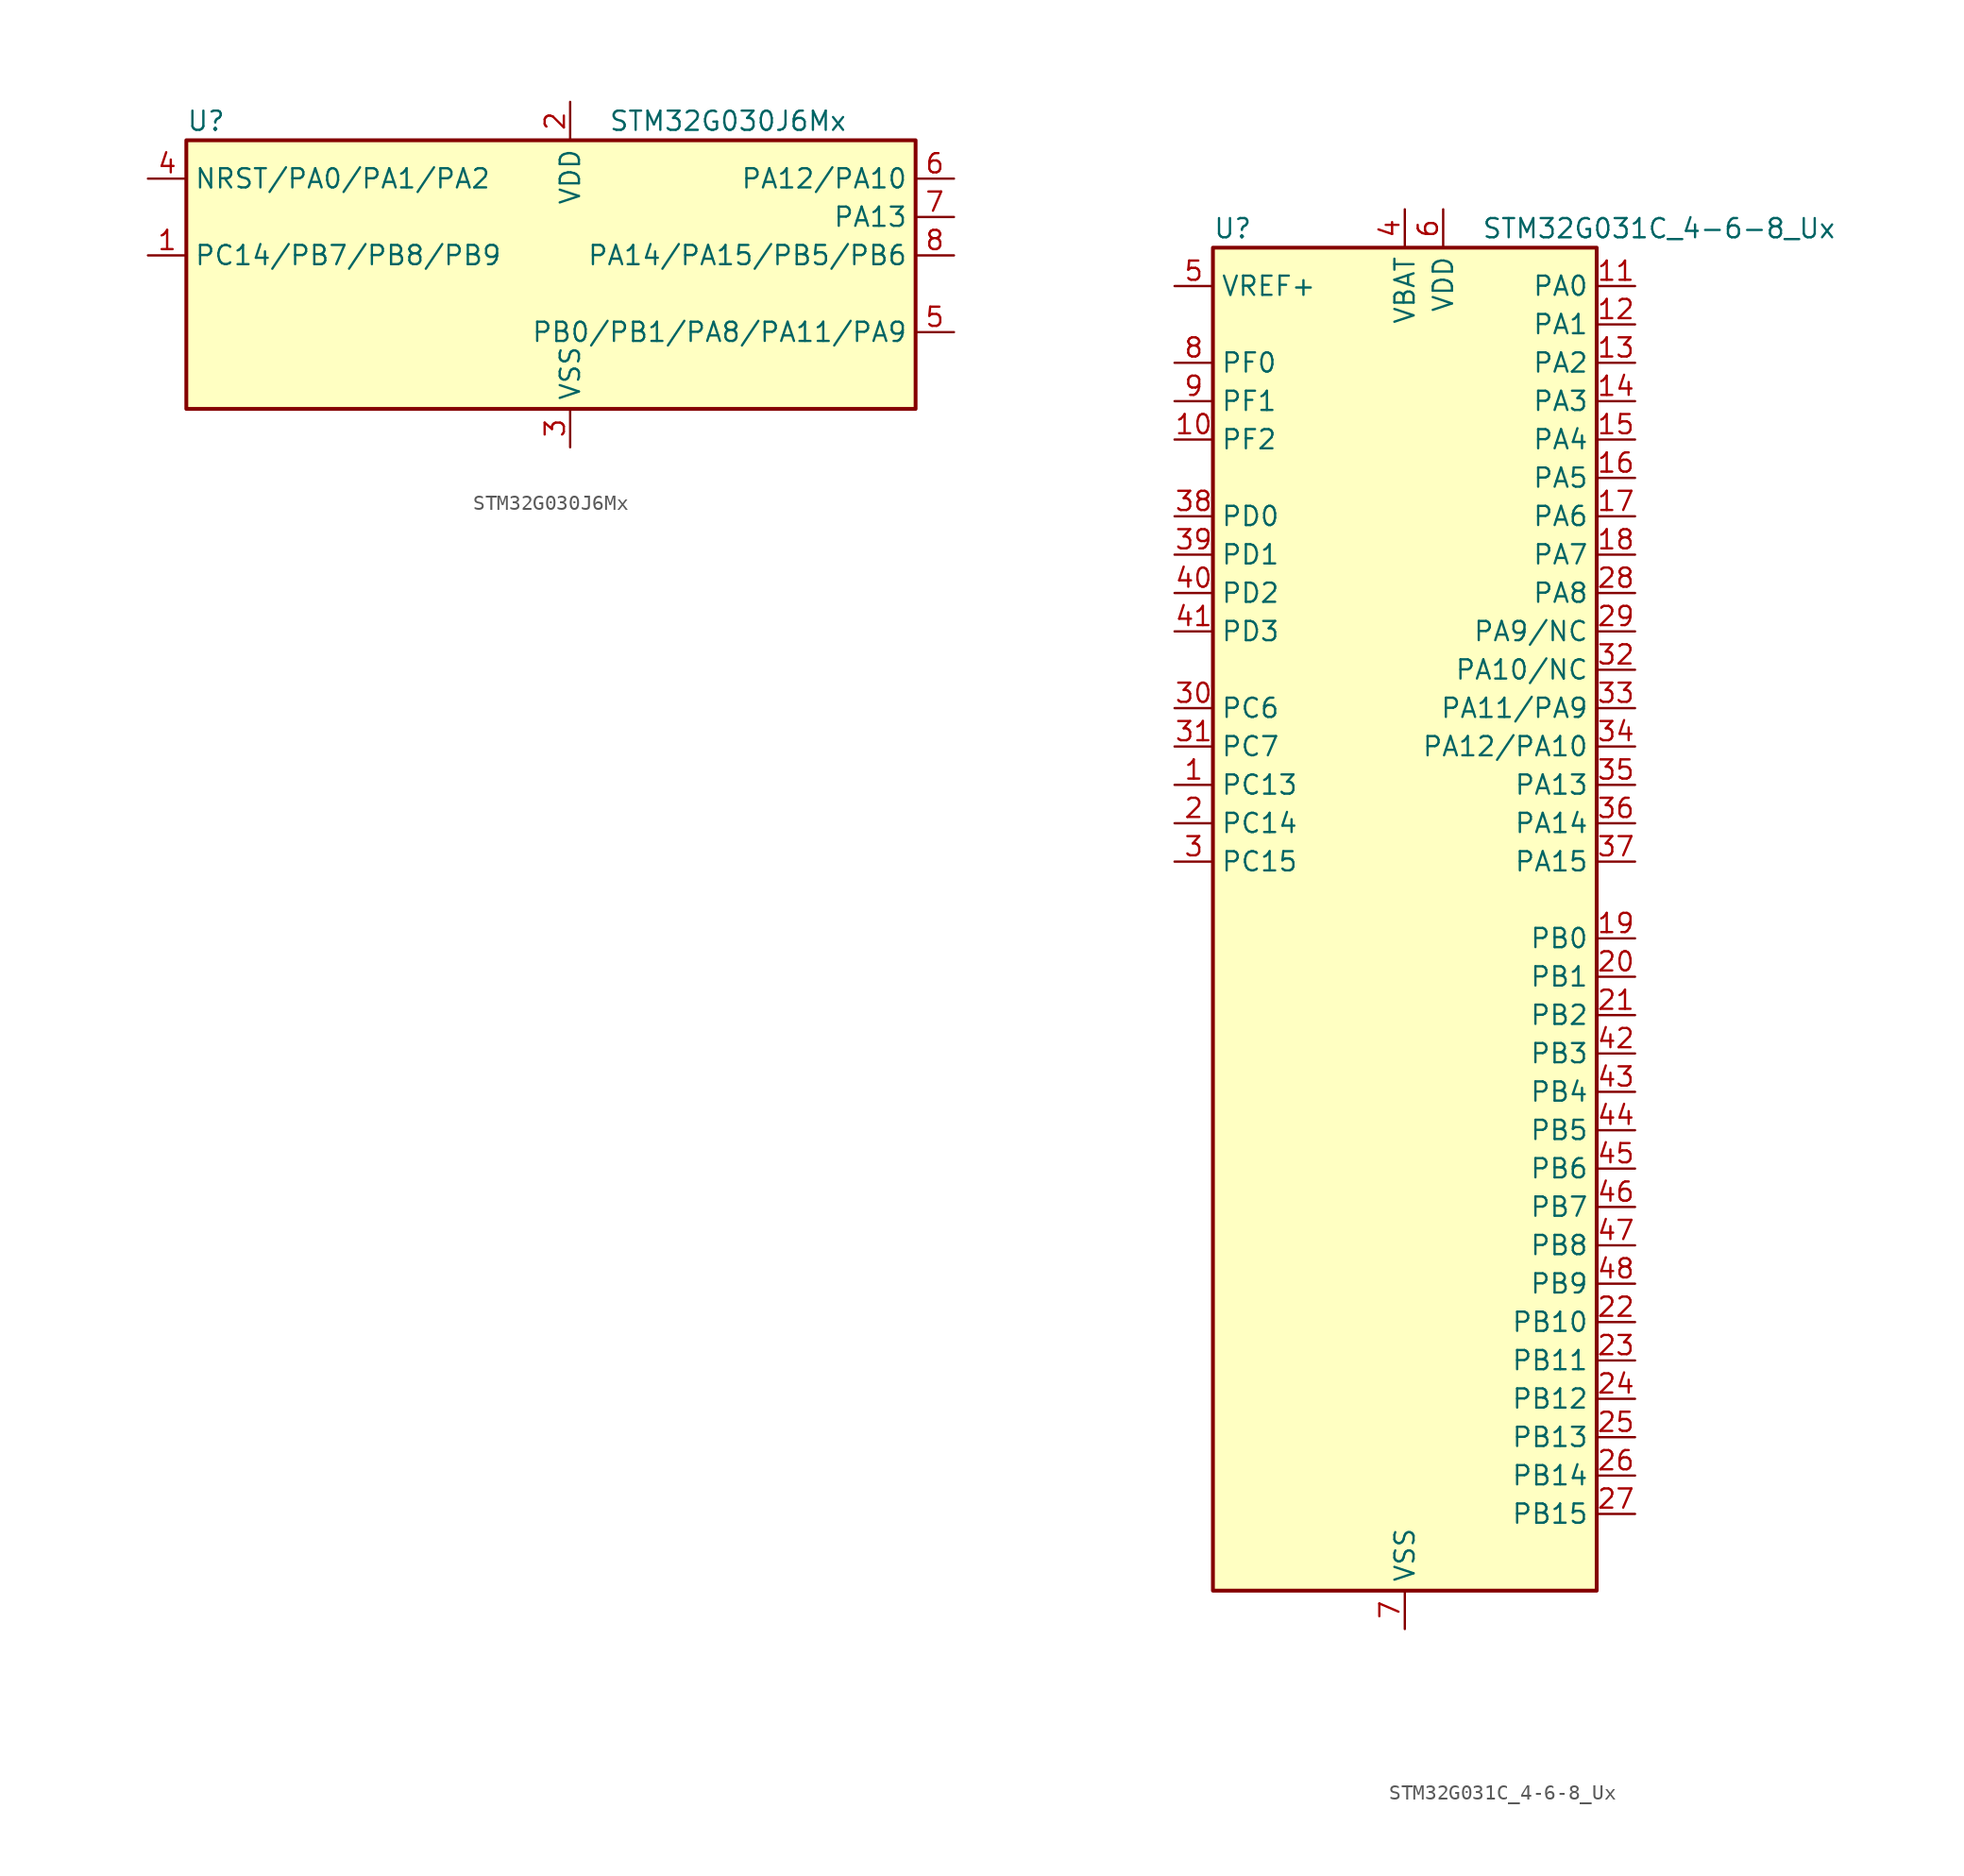
<source format=kicad_sym>
(kicad_symbol_lib
  (version 20231120)
  (generator "kicad_symbol_editor")
  (generator_version "8.0")
  (symbol "STM32G030J6Mx"
    (property "Reference" "U"
      (at -22.86 11.43 0)
      (effects (font (size 1.27 1.27)) (justify left)))
    (property "Value" "STM32G030J6Mx"
      (at 5.08 11.43 0)
      (effects (font (size 1.27 1.27)) (justify left)))
    (property "ki_locked" ""
      (at 0 0 0)
      (effects (font (size 1.27 1.27))))
    (symbol "STM32G030J6Mx_0_1"
      (rectangle (start -22.86 -7.62) (end 25.4 10.16) (stroke (width 0.254) (type default)) (fill (type background))))
    (symbol "STM32G030J6Mx_1_1"
      (pin bidirectional line (at -25.4 2.54 0) (length 2.54) (name "PC14/PB7/PB8/PB9" (effects (font (size 1.27 1.27)))) (number "1" (effects (font (size 1.27 1.27)))) (alternate "RCC_OSC32_IN" bidirectional line) (alternate "RCC_OSC_IN" bidirectional line) (alternate "TIM1_BK2" bidirectional line))
      (pin power_in line (at 2.54 12.7 270) (length 2.54) (name "VDD" (effects (font (size 1.27 1.27)))) (number "2" (effects (font (size 1.27 1.27)))))
      (pin power_in line (at 2.54 -10.16 90) (length 2.54) (name "VSS" (effects (font (size 1.27 1.27)))) (number "3" (effects (font (size 1.27 1.27)))))
      (pin input line (at -25.4 7.62 0) (length 2.54) (name "NRST/PA0/PA1/PA2" (effects (font (size 1.27 1.27)))) (number "4" (effects (font (size 1.27 1.27)))))
      (pin bidirectional line (at 27.94 -2.54 180) (length 2.54) (name "PB0/PB1/PA8/PA11/PA9" (effects (font (size 1.27 1.27)))) (number "5" (effects (font (size 1.27 1.27)))) (alternate "ADC1_IN8" bidirectional line) (alternate "I2S1_WS" bidirectional line) (alternate "SPI1_NSS" bidirectional line) (alternate "TIM1_CH2N" bidirectional line) (alternate "TIM3_CH3" bidirectional line))
      (pin bidirectional line (at 27.94 7.62 180) (length 2.54) (name "PA12/PA10" (effects (font (size 1.27 1.27)))) (number "6" (effects (font (size 1.27 1.27)))) (alternate "ADC1_IN16" bidirectional line) (alternate "I2C2_SDA" bidirectional line) (alternate "I2S1_SD" bidirectional line) (alternate "I2S_CKIN" bidirectional line) (alternate "SPI1_MOSI" bidirectional line) (alternate "TIM1_ETR" bidirectional line) (alternate "USART1_CK" bidirectional line) (alternate "USART1_DE" bidirectional line) (alternate "USART1_RTS" bidirectional line))
      (pin bidirectional line (at 27.94 5.08 180) (length 2.54) (name "PA13" (effects (font (size 1.27 1.27)))) (number "7" (effects (font (size 1.27 1.27)))) (alternate "ADC1_IN17" bidirectional line) (alternate "IR_OUT" bidirectional line) (alternate "SYS_SWDIO" bidirectional line))
      (pin bidirectional line (at 27.94 2.54 180) (length 2.54) (name "PA14/PA15/PB5/PB6" (effects (font (size 1.27 1.27)))) (number "8" (effects (font (size 1.27 1.27)))) (alternate "ADC1_IN18" bidirectional line) (alternate "SYS_SWCLK" bidirectional line) (alternate "USART2_TX" bidirectional line))))
  (symbol "STM32G031C_4-6-8_Ux"
    (property "Reference" "U"
      (at -12.7 46.99 0)
      (effects (font (size 1.27 1.27)) (justify left)))
    (property "Value" "STM32G031C_4-6-8_Ux"
      (at 5.08 46.99 0)
      (effects (font (size 1.27 1.27)) (justify left)))
    (property "ki_locked" ""
      (at 0 0 0)
      (effects (font (size 1.27 1.27))))
    (symbol "STM32G031C_4-6-8_Ux_0_1"
      (rectangle (start -12.7 -43.18) (end 12.7 45.72) (stroke (width 0.254) (type default)) (fill (type background))))
    (symbol "STM32G031C_4-6-8_Ux_1_1"
      (pin bidirectional line (at -15.24 10.16 0) (length 2.54) (name "PC13" (effects (font (size 1.27 1.27)))) (number "1" (effects (font (size 1.27 1.27)))) (alternate "RTC_OUT_ALARM" bidirectional line) (alternate "RTC_OUT_CALIB" bidirectional line) (alternate "RTC_TAMP_IN1" bidirectional line) (alternate "RTC_TS" bidirectional line) (alternate "SYS_WKUP2" bidirectional line) (alternate "TIM1_BK" bidirectional line))
      (pin bidirectional line (at -15.24 33.02 0) (length 2.54) (name "PF2" (effects (font (size 1.27 1.27)))) (number "10" (effects (font (size 1.27 1.27)))) (alternate "RCC_MCO" bidirectional line))
      (pin bidirectional line (at 15.24 43.18 180) (length 2.54) (name "PA0" (effects (font (size 1.27 1.27)))) (number "11" (effects (font (size 1.27 1.27)))) (alternate "ADC1_IN0" bidirectional line) (alternate "LPTIM1_OUT" bidirectional line) (alternate "RTC_TAMP_IN2" bidirectional line) (alternate "SPI2_SCK" bidirectional line) (alternate "SYS_WKUP1" bidirectional line) (alternate "TIM2_CH1" bidirectional line) (alternate "TIM2_ETR" bidirectional line) (alternate "USART2_CTS" bidirectional line) (alternate "USART2_NSS" bidirectional line))
      (pin bidirectional line (at 15.24 40.64 180) (length 2.54) (name "PA1" (effects (font (size 1.27 1.27)))) (number "12" (effects (font (size 1.27 1.27)))) (alternate "ADC1_IN1" bidirectional line) (alternate "I2C1_SMBA" bidirectional line) (alternate "I2S1_CK" bidirectional line) (alternate "SPI1_SCK" bidirectional line) (alternate "TIM2_CH2" bidirectional line) (alternate "USART2_CK" bidirectional line) (alternate "USART2_DE" bidirectional line) (alternate "USART2_RTS" bidirectional line))
      (pin bidirectional line (at 15.24 38.1 180) (length 2.54) (name "PA2" (effects (font (size 1.27 1.27)))) (number "13" (effects (font (size 1.27 1.27)))) (alternate "ADC1_IN2" bidirectional line) (alternate "I2S1_SD" bidirectional line) (alternate "LPUART1_TX" bidirectional line) (alternate "RCC_LSCO" bidirectional line) (alternate "SPI1_MOSI" bidirectional line) (alternate "SYS_WKUP4" bidirectional line) (alternate "TIM2_CH3" bidirectional line) (alternate "USART2_TX" bidirectional line))
      (pin bidirectional line (at 15.24 35.56 180) (length 2.54) (name "PA3" (effects (font (size 1.27 1.27)))) (number "14" (effects (font (size 1.27 1.27)))) (alternate "ADC1_IN3" bidirectional line) (alternate "LPUART1_RX" bidirectional line) (alternate "SPI2_MISO" bidirectional line) (alternate "TIM2_CH4" bidirectional line) (alternate "USART2_RX" bidirectional line))
      (pin bidirectional line (at 15.24 33.02 180) (length 2.54) (name "PA4" (effects (font (size 1.27 1.27)))) (number "15" (effects (font (size 1.27 1.27)))) (alternate "ADC1_IN4" bidirectional line) (alternate "I2S1_WS" bidirectional line) (alternate "LPTIM2_OUT" bidirectional line) (alternate "RTC_OUT_ALARM" bidirectional line) (alternate "RTC_OUT_CALIB" bidirectional line) (alternate "SPI1_NSS" bidirectional line) (alternate "SPI2_MOSI" bidirectional line) (alternate "TIM14_CH1" bidirectional line))
      (pin bidirectional line (at 15.24 30.48 180) (length 2.54) (name "PA5" (effects (font (size 1.27 1.27)))) (number "16" (effects (font (size 1.27 1.27)))) (alternate "ADC1_IN5" bidirectional line) (alternate "I2S1_CK" bidirectional line) (alternate "LPTIM2_ETR" bidirectional line) (alternate "SPI1_SCK" bidirectional line) (alternate "TIM2_CH1" bidirectional line) (alternate "TIM2_ETR" bidirectional line))
      (pin bidirectional line (at 15.24 27.94 180) (length 2.54) (name "PA6" (effects (font (size 1.27 1.27)))) (number "17" (effects (font (size 1.27 1.27)))) (alternate "ADC1_IN6" bidirectional line) (alternate "I2S1_MCK" bidirectional line) (alternate "LPUART1_CTS" bidirectional line) (alternate "SPI1_MISO" bidirectional line) (alternate "TIM16_CH1" bidirectional line) (alternate "TIM1_BK" bidirectional line) (alternate "TIM3_CH1" bidirectional line))
      (pin bidirectional line (at 15.24 25.4 180) (length 2.54) (name "PA7" (effects (font (size 1.27 1.27)))) (number "18" (effects (font (size 1.27 1.27)))) (alternate "ADC1_IN7" bidirectional line) (alternate "I2S1_SD" bidirectional line) (alternate "SPI1_MOSI" bidirectional line) (alternate "TIM14_CH1" bidirectional line) (alternate "TIM17_CH1" bidirectional line) (alternate "TIM1_CH1N" bidirectional line) (alternate "TIM3_CH2" bidirectional line))
      (pin bidirectional line (at 15.24 0 180) (length 2.54) (name "PB0" (effects (font (size 1.27 1.27)))) (number "19" (effects (font (size 1.27 1.27)))) (alternate "ADC1_IN8" bidirectional line) (alternate "I2S1_WS" bidirectional line) (alternate "LPTIM1_OUT" bidirectional line) (alternate "SPI1_NSS" bidirectional line) (alternate "TIM1_CH2N" bidirectional line) (alternate "TIM3_CH3" bidirectional line))
      (pin bidirectional line (at -15.24 7.62 0) (length 2.54) (name "PC14" (effects (font (size 1.27 1.27)))) (number "2" (effects (font (size 1.27 1.27)))) (alternate "RCC_OSC32_IN" bidirectional line) (alternate "TIM1_BK2" bidirectional line))
      (pin bidirectional line (at 15.24 -2.54 180) (length 2.54) (name "PB1" (effects (font (size 1.27 1.27)))) (number "20" (effects (font (size 1.27 1.27)))) (alternate "ADC1_IN9" bidirectional line) (alternate "LPTIM2_IN1" bidirectional line) (alternate "LPUART1_DE" bidirectional line) (alternate "LPUART1_RTS" bidirectional line) (alternate "TIM14_CH1" bidirectional line) (alternate "TIM1_CH3N" bidirectional line) (alternate "TIM3_CH4" bidirectional line))
      (pin bidirectional line (at 15.24 -5.08 180) (length 2.54) (name "PB2" (effects (font (size 1.27 1.27)))) (number "21" (effects (font (size 1.27 1.27)))) (alternate "ADC1_IN10" bidirectional line) (alternate "LPTIM1_OUT" bidirectional line) (alternate "SPI2_MISO" bidirectional line))
      (pin bidirectional line (at 15.24 -25.4 180) (length 2.54) (name "PB10" (effects (font (size 1.27 1.27)))) (number "22" (effects (font (size 1.27 1.27)))) (alternate "ADC1_IN11" bidirectional line) (alternate "I2C2_SCL" bidirectional line) (alternate "LPUART1_RX" bidirectional line) (alternate "SPI2_SCK" bidirectional line) (alternate "TIM2_CH3" bidirectional line))
      (pin bidirectional line (at 15.24 -27.94 180) (length 2.54) (name "PB11" (effects (font (size 1.27 1.27)))) (number "23" (effects (font (size 1.27 1.27)))) (alternate "ADC1_EXTI11" bidirectional line) (alternate "ADC1_IN15" bidirectional line) (alternate "I2C2_SDA" bidirectional line) (alternate "LPUART1_TX" bidirectional line) (alternate "SPI2_MOSI" bidirectional line) (alternate "TIM2_CH4" bidirectional line))
      (pin bidirectional line (at 15.24 -30.48 180) (length 2.54) (name "PB12" (effects (font (size 1.27 1.27)))) (number "24" (effects (font (size 1.27 1.27)))) (alternate "ADC1_IN16" bidirectional line) (alternate "LPUART1_DE" bidirectional line) (alternate "LPUART1_RTS" bidirectional line) (alternate "SPI2_NSS" bidirectional line) (alternate "TIM1_BK" bidirectional line))
      (pin bidirectional line (at 15.24 -33.02 180) (length 2.54) (name "PB13" (effects (font (size 1.27 1.27)))) (number "25" (effects (font (size 1.27 1.27)))) (alternate "I2C2_SCL" bidirectional line) (alternate "LPUART1_CTS" bidirectional line) (alternate "SPI2_SCK" bidirectional line) (alternate "TIM1_CH1N" bidirectional line))
      (pin bidirectional line (at 15.24 -35.56 180) (length 2.54) (name "PB14" (effects (font (size 1.27 1.27)))) (number "26" (effects (font (size 1.27 1.27)))) (alternate "I2C2_SDA" bidirectional line) (alternate "SPI2_MISO" bidirectional line) (alternate "TIM1_CH2N" bidirectional line))
      (pin bidirectional line (at 15.24 -38.1 180) (length 2.54) (name "PB15" (effects (font (size 1.27 1.27)))) (number "27" (effects (font (size 1.27 1.27)))) (alternate "RTC_REFIN" bidirectional line) (alternate "SPI2_MOSI" bidirectional line) (alternate "TIM1_CH3N" bidirectional line))
      (pin bidirectional line (at 15.24 22.86 180) (length 2.54) (name "PA8" (effects (font (size 1.27 1.27)))) (number "28" (effects (font (size 1.27 1.27)))) (alternate "LPTIM2_OUT" bidirectional line) (alternate "RCC_MCO" bidirectional line) (alternate "SPI2_NSS" bidirectional line) (alternate "TIM1_CH1" bidirectional line))
      (pin bidirectional line (at 15.24 20.32 180) (length 2.54) (name "PA9/NC" (effects (font (size 1.27 1.27)))) (number "29" (effects (font (size 1.27 1.27)))) (alternate "I2C1_SCL" bidirectional line) (alternate "RCC_MCO" bidirectional line) (alternate "SPI2_MISO" bidirectional line) (alternate "TIM1_CH2" bidirectional line) (alternate "USART1_TX" bidirectional line))
      (pin bidirectional line (at -15.24 5.08 0) (length 2.54) (name "PC15" (effects (font (size 1.27 1.27)))) (number "3" (effects (font (size 1.27 1.27)))) (alternate "RCC_OSC32_EN" bidirectional line) (alternate "RCC_OSC32_OUT" bidirectional line) (alternate "RCC_OSC_EN" bidirectional line))
      (pin bidirectional line (at -15.24 15.24 0) (length 2.54) (name "PC6" (effects (font (size 1.27 1.27)))) (number "30" (effects (font (size 1.27 1.27)))) (alternate "TIM2_CH3" bidirectional line) (alternate "TIM3_CH1" bidirectional line))
      (pin bidirectional line (at -15.24 12.7 0) (length 2.54) (name "PC7" (effects (font (size 1.27 1.27)))) (number "31" (effects (font (size 1.27 1.27)))) (alternate "TIM2_CH4" bidirectional line) (alternate "TIM3_CH2" bidirectional line))
      (pin bidirectional line (at 15.24 17.78 180) (length 2.54) (name "PA10/NC" (effects (font (size 1.27 1.27)))) (number "32" (effects (font (size 1.27 1.27)))) (alternate "I2C1_SDA" bidirectional line) (alternate "SPI2_MOSI" bidirectional line) (alternate "TIM17_BK" bidirectional line) (alternate "TIM1_CH3" bidirectional line) (alternate "USART1_RX" bidirectional line))
      (pin bidirectional line (at 15.24 15.24 180) (length 2.54) (name "PA11/PA9" (effects (font (size 1.27 1.27)))) (number "33" (effects (font (size 1.27 1.27)))) (alternate "ADC1_EXTI11" bidirectional line) (alternate "I2C2_SCL" bidirectional line) (alternate "I2S1_MCK" bidirectional line) (alternate "SPI1_MISO" bidirectional line) (alternate "TIM1_BK2" bidirectional line) (alternate "TIM1_CH4" bidirectional line) (alternate "USART1_CTS" bidirectional line) (alternate "USART1_NSS" bidirectional line))
      (pin bidirectional line (at 15.24 12.7 180) (length 2.54) (name "PA12/PA10" (effects (font (size 1.27 1.27)))) (number "34" (effects (font (size 1.27 1.27)))) (alternate "I2C2_SDA" bidirectional line) (alternate "I2S1_SD" bidirectional line) (alternate "I2S_CKIN" bidirectional line) (alternate "SPI1_MOSI" bidirectional line) (alternate "TIM1_ETR" bidirectional line) (alternate "USART1_CK" bidirectional line) (alternate "USART1_DE" bidirectional line) (alternate "USART1_RTS" bidirectional line))
      (pin bidirectional line (at 15.24 10.16 180) (length 2.54) (name "PA13" (effects (font (size 1.27 1.27)))) (number "35" (effects (font (size 1.27 1.27)))) (alternate "ADC1_IN17" bidirectional line) (alternate "IR_OUT" bidirectional line) (alternate "SYS_SWDIO" bidirectional line))
      (pin bidirectional line (at 15.24 7.62 180) (length 2.54) (name "PA14" (effects (font (size 1.27 1.27)))) (number "36" (effects (font (size 1.27 1.27)))) (alternate "ADC1_IN18" bidirectional line) (alternate "SYS_SWCLK" bidirectional line) (alternate "USART2_TX" bidirectional line))
      (pin bidirectional line (at 15.24 5.08 180) (length 2.54) (name "PA15" (effects (font (size 1.27 1.27)))) (number "37" (effects (font (size 1.27 1.27)))) (alternate "I2S1_WS" bidirectional line) (alternate "SPI1_NSS" bidirectional line) (alternate "TIM2_CH1" bidirectional line) (alternate "TIM2_ETR" bidirectional line) (alternate "USART2_RX" bidirectional line))
      (pin bidirectional line (at -15.24 27.94 0) (length 2.54) (name "PD0" (effects (font (size 1.27 1.27)))) (number "38" (effects (font (size 1.27 1.27)))) (alternate "SPI2_NSS" bidirectional line) (alternate "TIM16_CH1" bidirectional line))
      (pin bidirectional line (at -15.24 25.4 0) (length 2.54) (name "PD1" (effects (font (size 1.27 1.27)))) (number "39" (effects (font (size 1.27 1.27)))) (alternate "SPI2_SCK" bidirectional line) (alternate "TIM17_CH1" bidirectional line))
      (pin power_in line (at 0 48.26 270) (length 2.54) (name "VBAT" (effects (font (size 1.27 1.27)))) (number "4" (effects (font (size 1.27 1.27)))))
      (pin bidirectional line (at -15.24 22.86 0) (length 2.54) (name "PD2" (effects (font (size 1.27 1.27)))) (number "40" (effects (font (size 1.27 1.27)))) (alternate "TIM1_CH1N" bidirectional line) (alternate "TIM3_ETR" bidirectional line))
      (pin bidirectional line (at -15.24 20.32 0) (length 2.54) (name "PD3" (effects (font (size 1.27 1.27)))) (number "41" (effects (font (size 1.27 1.27)))) (alternate "SPI2_MISO" bidirectional line) (alternate "TIM1_CH2N" bidirectional line) (alternate "USART2_CTS" bidirectional line) (alternate "USART2_NSS" bidirectional line))
      (pin bidirectional line (at 15.24 -7.62 180) (length 2.54) (name "PB3" (effects (font (size 1.27 1.27)))) (number "42" (effects (font (size 1.27 1.27)))) (alternate "I2S1_CK" bidirectional line) (alternate "SPI1_SCK" bidirectional line) (alternate "TIM1_CH2" bidirectional line) (alternate "TIM2_CH2" bidirectional line) (alternate "USART1_CK" bidirectional line) (alternate "USART1_DE" bidirectional line) (alternate "USART1_RTS" bidirectional line))
      (pin bidirectional line (at 15.24 -10.16 180) (length 2.54) (name "PB4" (effects (font (size 1.27 1.27)))) (number "43" (effects (font (size 1.27 1.27)))) (alternate "I2S1_MCK" bidirectional line) (alternate "SPI1_MISO" bidirectional line) (alternate "TIM17_BK" bidirectional line) (alternate "TIM3_CH1" bidirectional line) (alternate "USART1_CTS" bidirectional line) (alternate "USART1_NSS" bidirectional line))
      (pin bidirectional line (at 15.24 -12.7 180) (length 2.54) (name "PB5" (effects (font (size 1.27 1.27)))) (number "44" (effects (font (size 1.27 1.27)))) (alternate "I2C1_SMBA" bidirectional line) (alternate "I2S1_SD" bidirectional line) (alternate "LPTIM1_IN1" bidirectional line) (alternate "SPI1_MOSI" bidirectional line) (alternate "SYS_WKUP6" bidirectional line) (alternate "TIM16_BK" bidirectional line) (alternate "TIM3_CH2" bidirectional line))
      (pin bidirectional line (at 15.24 -15.24 180) (length 2.54) (name "PB6" (effects (font (size 1.27 1.27)))) (number "45" (effects (font (size 1.27 1.27)))) (alternate "I2C1_SCL" bidirectional line) (alternate "LPTIM1_ETR" bidirectional line) (alternate "SPI2_MISO" bidirectional line) (alternate "TIM16_CH1N" bidirectional line) (alternate "TIM1_CH3" bidirectional line) (alternate "USART1_TX" bidirectional line))
      (pin bidirectional line (at 15.24 -17.78 180) (length 2.54) (name "PB7" (effects (font (size 1.27 1.27)))) (number "46" (effects (font (size 1.27 1.27)))) (alternate "I2C1_SDA" bidirectional line) (alternate "LPTIM1_IN2" bidirectional line) (alternate "SPI2_MOSI" bidirectional line) (alternate "SYS_PVD_IN" bidirectional line) (alternate "TIM17_CH1N" bidirectional line) (alternate "USART1_RX" bidirectional line))
      (pin bidirectional line (at 15.24 -20.32 180) (length 2.54) (name "PB8" (effects (font (size 1.27 1.27)))) (number "47" (effects (font (size 1.27 1.27)))) (alternate "I2C1_SCL" bidirectional line) (alternate "SPI2_SCK" bidirectional line) (alternate "TIM16_CH1" bidirectional line))
      (pin bidirectional line (at 15.24 -22.86 180) (length 2.54) (name "PB9" (effects (font (size 1.27 1.27)))) (number "48" (effects (font (size 1.27 1.27)))) (alternate "I2C1_SDA" bidirectional line) (alternate "IR_OUT" bidirectional line) (alternate "SPI2_NSS" bidirectional line) (alternate "TIM17_CH1" bidirectional line))
      (pin passive line (at 0 -45.72 90) (length 2.54) hide (name "VSS" (effects (font (size 1.27 1.27)))) (number "49" (effects (font (size 1.27 1.27)))))
      (pin input line (at -15.24 43.18 0) (length 2.54) (name "VREF+" (effects (font (size 1.27 1.27)))) (number "5" (effects (font (size 1.27 1.27)))) (alternate "VREFBUF_OUT" bidirectional line))
      (pin power_in line (at 2.54 48.26 270) (length 2.54) (name "VDD" (effects (font (size 1.27 1.27)))) (number "6" (effects (font (size 1.27 1.27)))))
      (pin power_in line (at 0 -45.72 90) (length 2.54) (name "VSS" (effects (font (size 1.27 1.27)))) (number "7" (effects (font (size 1.27 1.27)))))
      (pin bidirectional line (at -15.24 38.1 0) (length 2.54) (name "PF0" (effects (font (size 1.27 1.27)))) (number "8" (effects (font (size 1.27 1.27)))) (alternate "RCC_OSC_IN" bidirectional line) (alternate "TIM14_CH1" bidirectional line))
      (pin bidirectional line (at -15.24 35.56 0) (length 2.54) (name "PF1" (effects (font (size 1.27 1.27)))) (number "9" (effects (font (size 1.27 1.27)))) (alternate "RCC_OSC_EN" bidirectional line) (alternate "RCC_OSC_OUT" bidirectional line)))))
</source>
